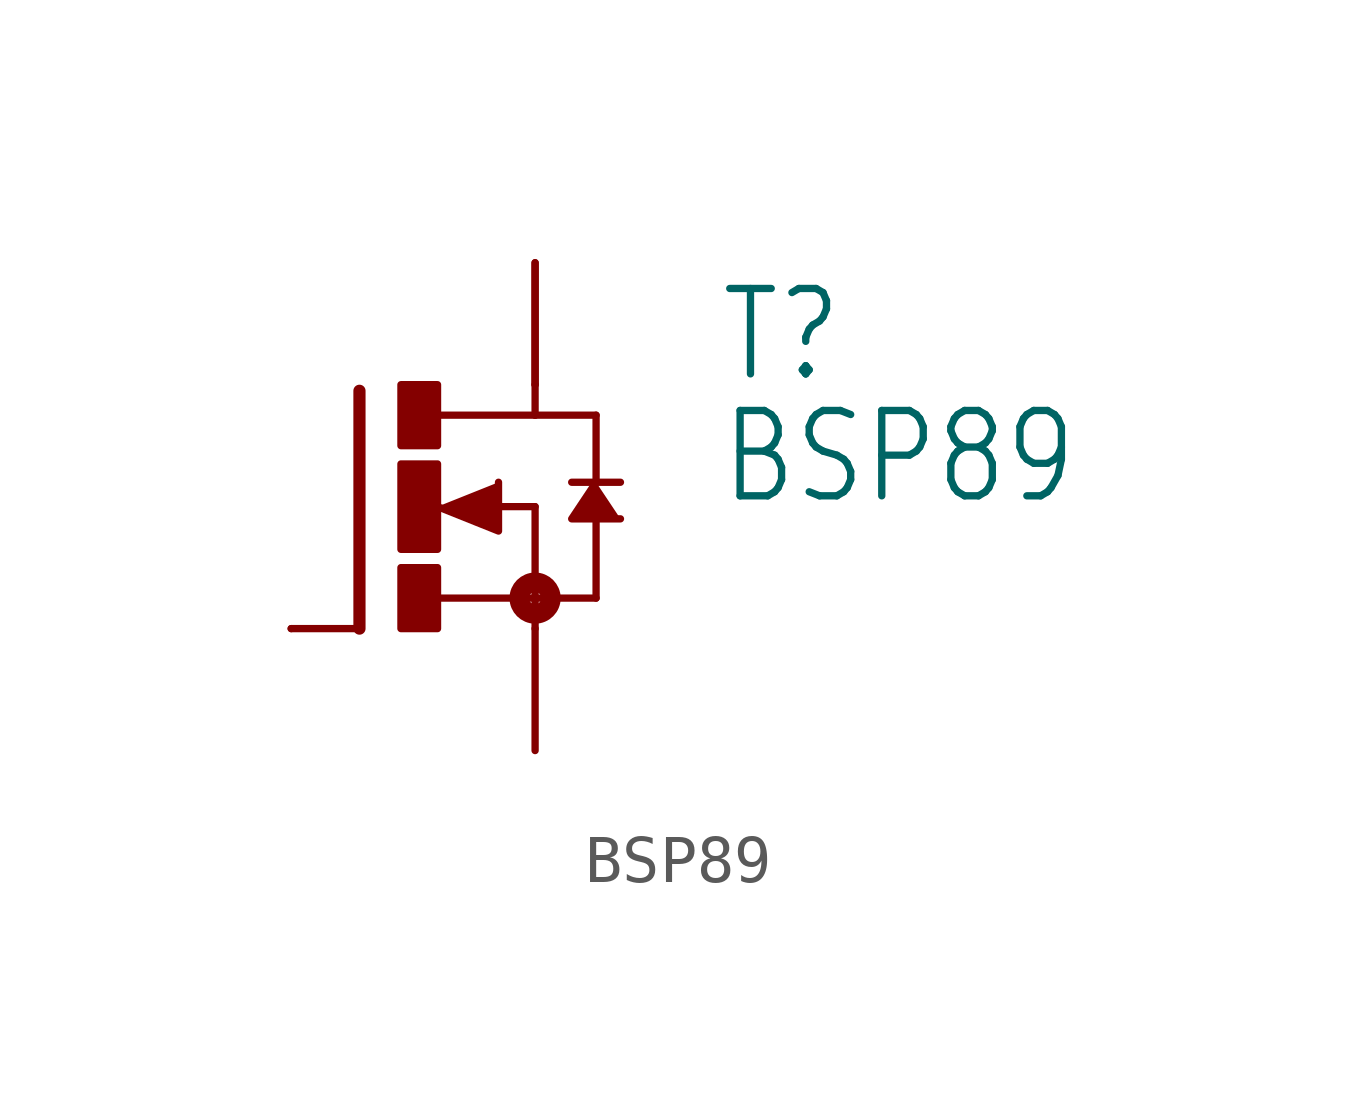
<source format=kicad_sym>
(kicad_symbol_lib
  (version 20211014)
  (generator kicad_symbol_editor)
  (symbol "BSP89"
    (property "Reference" "T"
      (at 6.35 2.54 0)
      (effects (font (size 1.778 1.511)) (justify left bottom)))
    (property "Value" "BSP89"
      (at 6.35 0 0)
      (effects (font (size 1.778 1.511)) (justify left bottom)))
    (property "ki_locked" ""
      (at 0 0 0)
      (effects (font (size 1.27 1.27))))
    (symbol "BSP89_1_0"
      (rectangle (start -0.254 -2.54) (end 0.508 -1.27) (stroke (width 0) (type default) (color 0 0 0 0)) (fill (type outline)))
      (rectangle (start -0.254 -0.889) (end 0.508 0.889) (stroke (width 0) (type default) (color 0 0 0 0)) (fill (type outline)))
      (rectangle (start -0.254 1.27) (end 0.508 2.54) (stroke (width 0) (type default) (color 0 0 0 0)) (fill (type outline)))
      (polyline (pts (xy -1.118 -2.54) (xy -2.54 -2.54)) (stroke (width 0.152) (type default) (color 0 0 0 0)) (fill (type none)))
      (polyline (pts (xy -1.118 2.413) (xy -1.118 -2.54)) (stroke (width 0.254) (type default) (color 0 0 0 0)) (fill (type none)))
      (polyline (pts (xy 0.508 -1.905) (xy 2.54 -1.905)) (stroke (width 0.152) (type default) (color 0 0 0 0)) (fill (type none)))
      (polyline (pts (xy 1.651 0) (xy 2.54 0)) (stroke (width 0.152) (type default) (color 0 0 0 0)) (fill (type none)))
      (polyline (pts (xy 2.54 -1.905) (xy 2.54 -2.54)) (stroke (width 0.152) (type default) (color 0 0 0 0)) (fill (type none)))
      (polyline (pts (xy 2.54 0) (xy 2.54 -1.905)) (stroke (width 0.152) (type default) (color 0 0 0 0)) (fill (type none)))
      (polyline (pts (xy 2.54 1.905) (xy 0.533 1.905)) (stroke (width 0.152) (type default) (color 0 0 0 0)) (fill (type none)))
      (polyline (pts (xy 2.54 2.54) (xy 2.54 1.905)) (stroke (width 0.152) (type default) (color 0 0 0 0)) (fill (type none)))
      (polyline (pts (xy 3.302 0.508) (xy 3.81 0.508)) (stroke (width 0.152) (type default) (color 0 0 0 0)) (fill (type none)))
      (polyline (pts (xy 3.81 -1.905) (xy 2.54 -1.905)) (stroke (width 0.152) (type default) (color 0 0 0 0)) (fill (type none)))
      (polyline (pts (xy 3.81 -1.905) (xy 3.81 -0.127)) (stroke (width 0.152) (type default) (color 0 0 0 0)) (fill (type none)))
      (polyline (pts (xy 3.81 0.508) (xy 3.81 1.905)) (stroke (width 0.152) (type default) (color 0 0 0 0)) (fill (type none)))
      (polyline (pts (xy 3.81 0.508) (xy 4.318 0.508)) (stroke (width 0.152) (type default) (color 0 0 0 0)) (fill (type none)))
      (polyline (pts (xy 3.81 1.905) (xy 2.54 1.905)) (stroke (width 0.152) (type default) (color 0 0 0 0)) (fill (type none)))
      (polyline (pts (xy 0.508 0) (xy 1.778 -0.508) (xy 1.778 0.508)) (stroke (width 0) (type default) (color 0 0 0 0)) (fill (type outline)))
      (polyline (pts (xy 3.81 0.508) (xy 3.302 -0.254) (xy 4.318 -0.254)) (stroke (width 0) (type default) (color 0 0 0 0)) (fill (type outline)))
      (circle (center 2.54 -1.905) (radius 0.127) (stroke (width 0.406) (type default) (color 0 0 0 0)) (fill (type none)))
      (pin passive line (at -2.54 -2.54 0) (length 0) (name "G" (effects (font (size 0 0)))) (number "1" (effects (font (size 0 0)))))
      (pin passive line (at 2.54 5.08 270) (length 2.54) (name "D" (effects (font (size 0 0)))) (number "2" (effects (font (size 0 0)))))
      (pin passive line (at 2.54 -5.08 90) (length 2.54) (name "S" (effects (font (size 0 0)))) (number "3" (effects (font (size 0 0)))))
      (pin passive line (at 2.54 5.08 270) (length 2.54) (name "D" (effects (font (size 0 0)))) (number "4" (effects (font (size 0 0))))))))
</source>
